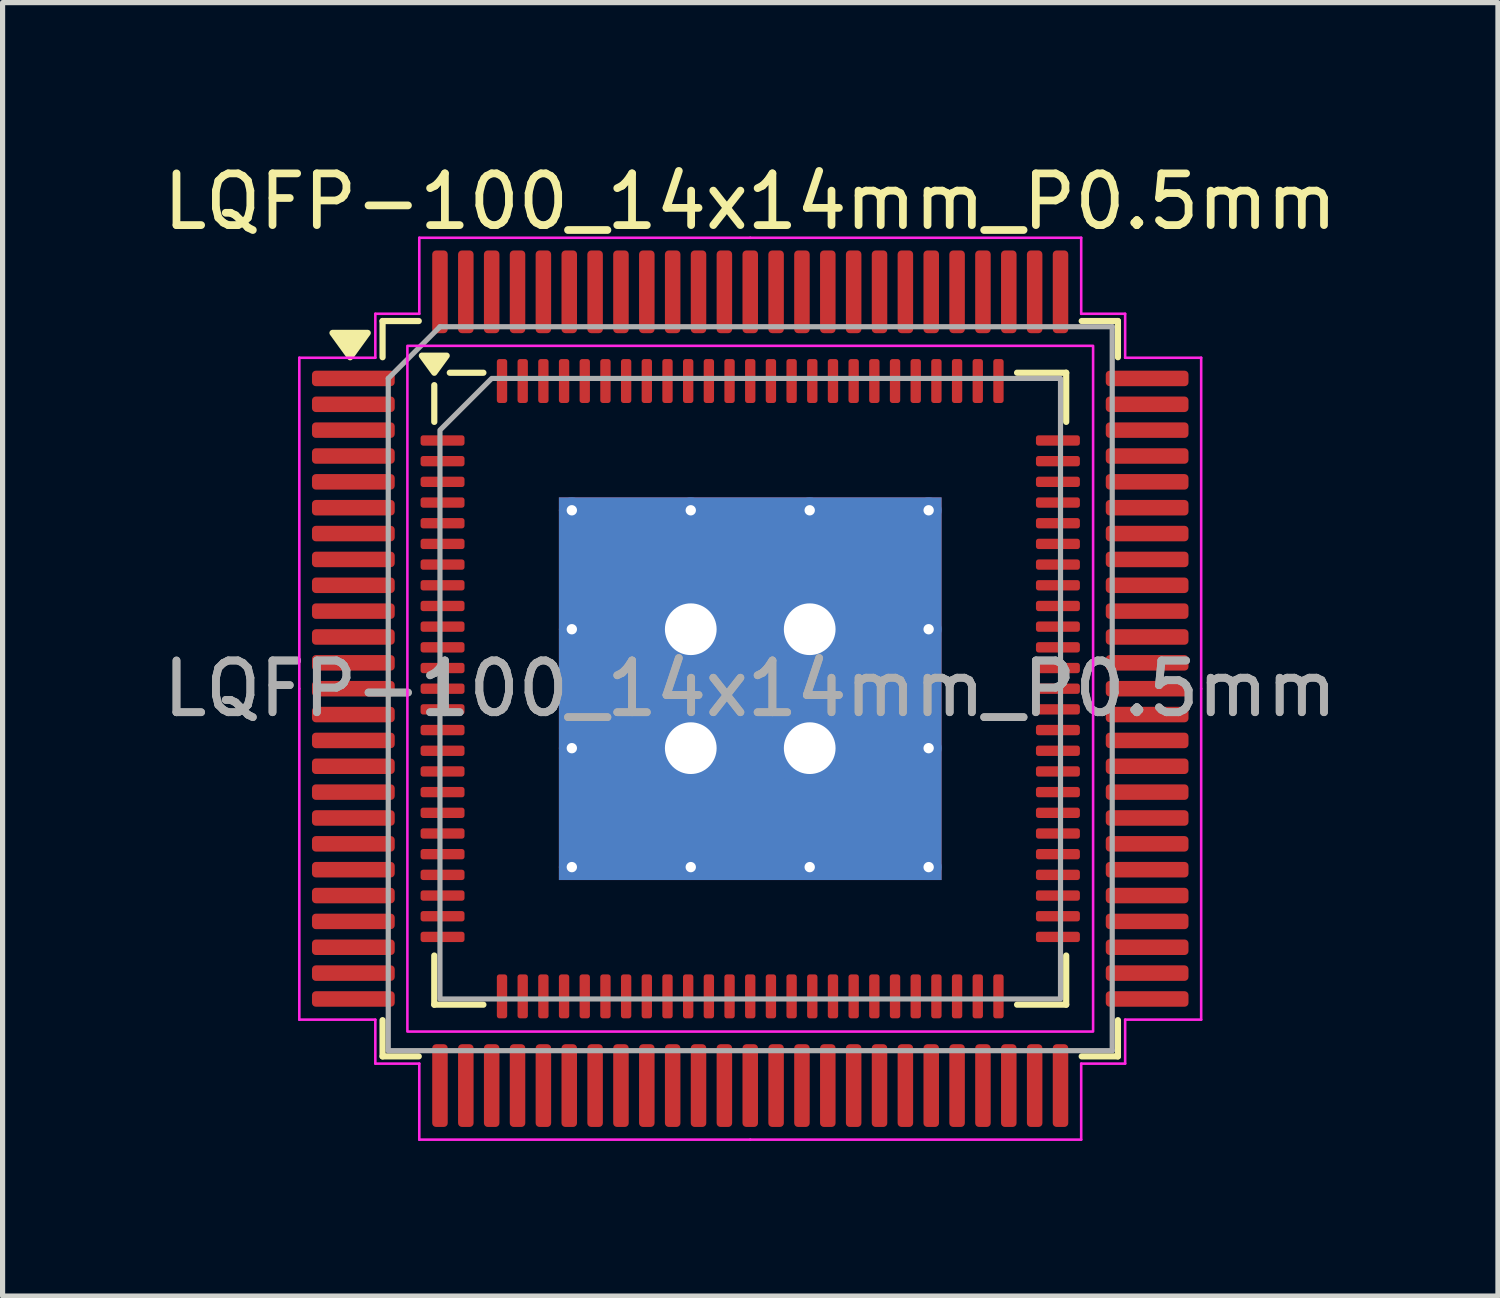
<source format=kicad_pcb>
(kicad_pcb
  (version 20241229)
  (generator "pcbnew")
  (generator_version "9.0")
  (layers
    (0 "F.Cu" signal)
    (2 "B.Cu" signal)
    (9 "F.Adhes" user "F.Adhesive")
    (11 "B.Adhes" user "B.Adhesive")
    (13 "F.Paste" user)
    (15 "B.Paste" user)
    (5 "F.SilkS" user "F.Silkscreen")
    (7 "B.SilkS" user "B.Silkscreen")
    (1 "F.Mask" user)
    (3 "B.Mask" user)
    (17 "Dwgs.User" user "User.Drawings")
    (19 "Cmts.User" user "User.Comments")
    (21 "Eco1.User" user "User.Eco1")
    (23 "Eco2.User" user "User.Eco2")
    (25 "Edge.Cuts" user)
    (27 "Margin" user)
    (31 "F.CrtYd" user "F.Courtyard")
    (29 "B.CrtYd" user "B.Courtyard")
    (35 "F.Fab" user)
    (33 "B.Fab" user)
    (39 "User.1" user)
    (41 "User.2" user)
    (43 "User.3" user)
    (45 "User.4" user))
  (footprint "LQFP-100_14x14mm_P0.5mm"
    (layer "F.Cu")
    (at 11.458 10.268)
    (property "Reference" "LQFP-100_14x14mm_P0.5mm" (at 0 -9.42 0) (layer "F.SilkS") (effects (font (size 1 1) (thickness 0.15))))
    (attr smd)
    (fp_line (start -7.11 -7.11) (end -7.11 -6.41) (stroke (width 0.12) (type solid)) (layer "F.SilkS"))
    (fp_line (start -7.11 7.11) (end -7.11 6.41) (stroke (width 0.12) (type solid)) (layer "F.SilkS"))
    (fp_line (start -6.41 -7.11) (end -7.11 -7.11) (stroke (width 0.12) (type solid)) (layer "F.SilkS"))
    (fp_line (start -6.41 7.11) (end -7.11 7.11) (stroke (width 0.12) (type solid)) (layer "F.SilkS"))
    (fp_line (start -6.11 -5.16) (end -6.11 -5.87) (stroke (width 0.12) (type solid)) (layer "F.SilkS"))
    (fp_line (start -6.11 6.11) (end -6.11 5.16) (stroke (width 0.12) (type solid)) (layer "F.SilkS"))
    (fp_line (start -5.16 -6.11) (end -5.81 -6.11) (stroke (width 0.12) (type solid)) (layer "F.SilkS"))
    (fp_line (start -5.16 6.11) (end -6.11 6.11) (stroke (width 0.12) (type solid)) (layer "F.SilkS"))
    (fp_line (start 5.16 -6.11) (end 6.11 -6.11) (stroke (width 0.12) (type solid)) (layer "F.SilkS"))
    (fp_line (start 5.16 6.11) (end 6.11 6.11) (stroke (width 0.12) (type solid)) (layer "F.SilkS"))
    (fp_line (start 6.11 -6.11) (end 6.11 -5.16) (stroke (width 0.12) (type solid)) (layer "F.SilkS"))
    (fp_line (start 6.11 6.11) (end 6.11 5.16) (stroke (width 0.12) (type solid)) (layer "F.SilkS"))
    (fp_line (start 6.41 -7.11) (end 7.11 -7.11) (stroke (width 0.12) (type solid)) (layer "F.SilkS"))
    (fp_line (start 6.41 7.11) (end 7.11 7.11) (stroke (width 0.12) (type solid)) (layer "F.SilkS"))
    (fp_line (start 7.11 -7.11) (end 7.11 -6.41) (stroke (width 0.12) (type solid)) (layer "F.SilkS"))
    (fp_line (start 7.11 7.11) (end 7.11 6.41) (stroke (width 0.12) (type solid)) (layer "F.SilkS"))
    (fp_poly (pts (xy -7.737 -6.41) (xy -8.078 -6.88) (xy -7.397 -6.88)) (stroke (width 0.12) (type solid)) (fill yes) (layer "F.SilkS"))
    (fp_poly (pts (xy -6.11 -6.11) (xy -6.35 -6.44) (xy -5.87 -6.44)) (stroke (width 0.12) (type solid)) (fill yes) (layer "F.SilkS"))
    (fp_line (start -8.72 -6.4) (end -8.72 0) (stroke (width 0.05) (type solid)) (layer "F.CrtYd"))
    (fp_line (start -8.72 6.4) (end -8.72 0) (stroke (width 0.05) (type solid)) (layer "F.CrtYd"))
    (fp_line (start -7.25 -7.25) (end -7.25 -6.4) (stroke (width 0.05) (type solid)) (layer "F.CrtYd"))
    (fp_line (start -7.25 -6.4) (end -8.72 -6.4) (stroke (width 0.05) (type solid)) (layer "F.CrtYd"))
    (fp_line (start -7.25 6.4) (end -8.72 6.4) (stroke (width 0.05) (type solid)) (layer "F.CrtYd"))
    (fp_line (start -7.25 7.25) (end -7.25 6.4) (stroke (width 0.05) (type solid)) (layer "F.CrtYd"))
    (fp_line (start -6.4 -8.72) (end -6.4 -7.25) (stroke (width 0.05) (type solid)) (layer "F.CrtYd"))
    (fp_line (start -6.4 -7.25) (end -7.25 -7.25) (stroke (width 0.05) (type solid)) (layer "F.CrtYd"))
    (fp_line (start -6.4 7.25) (end -7.25 7.25) (stroke (width 0.05) (type solid)) (layer "F.CrtYd"))
    (fp_line (start -6.4 8.72) (end -6.4 7.25) (stroke (width 0.05) (type solid)) (layer "F.CrtYd"))
    (fp_line (start 0 -8.72) (end -6.4 -8.72) (stroke (width 0.05) (type solid)) (layer "F.CrtYd"))
    (fp_line (start 0 -8.72) (end 6.4 -8.72) (stroke (width 0.05) (type solid)) (layer "F.CrtYd"))
    (fp_line (start 0 8.72) (end -6.4 8.72) (stroke (width 0.05) (type solid)) (layer "F.CrtYd"))
    (fp_line (start 0 8.72) (end 6.4 8.72) (stroke (width 0.05) (type solid)) (layer "F.CrtYd"))
    (fp_line (start 6.4 -8.72) (end 6.4 -7.25) (stroke (width 0.05) (type solid)) (layer "F.CrtYd"))
    (fp_line (start 6.4 -7.25) (end 7.25 -7.25) (stroke (width 0.05) (type solid)) (layer "F.CrtYd"))
    (fp_line (start 6.4 7.25) (end 7.25 7.25) (stroke (width 0.05) (type solid)) (layer "F.CrtYd"))
    (fp_line (start 6.4 8.72) (end 6.4 7.25) (stroke (width 0.05) (type solid)) (layer "F.CrtYd"))
    (fp_line (start 7.25 -7.25) (end 7.25 -6.4) (stroke (width 0.05) (type solid)) (layer "F.CrtYd"))
    (fp_line (start 7.25 -6.4) (end 8.72 -6.4) (stroke (width 0.05) (type solid)) (layer "F.CrtYd"))
    (fp_line (start 7.25 6.4) (end 8.72 6.4) (stroke (width 0.05) (type solid)) (layer "F.CrtYd"))
    (fp_line (start 7.25 7.25) (end 7.25 6.4) (stroke (width 0.05) (type solid)) (layer "F.CrtYd"))
    (fp_line (start 8.72 -6.4) (end 8.72 0) (stroke (width 0.05) (type solid)) (layer "F.CrtYd"))
    (fp_line (start 8.72 6.4) (end 8.72 0) (stroke (width 0.05) (type solid)) (layer "F.CrtYd"))
    (fp_rect (start -6.63 -6.63) (end 6.63 6.63) (stroke (width 0.05) (type solid)) (fill no) (layer "F.CrtYd"))
    (fp_line (start -7 -6) (end -6 -7) (stroke (width 0.1) (type solid)) (layer "F.Fab"))
    (fp_line (start -7 7) (end -7 -6) (stroke (width 0.1) (type solid)) (layer "F.Fab"))
    (fp_line (start -6 -7) (end 7 -7) (stroke (width 0.1) (type solid)) (layer "F.Fab"))
    (fp_line (start 7 -7) (end 7 7) (stroke (width 0.1) (type solid)) (layer "F.Fab"))
    (fp_line (start 7 7) (end -7 7) (stroke (width 0.1) (type solid)) (layer "F.Fab"))
    (fp_poly (pts (xy -6 -5) (xy -6 6) (xy 6 6) (xy 6 -6) (xy -5 -6)) (stroke (width 0.1) (type solid)) (fill no) (layer "F.Fab"))
    (fp_text user "${REFERENCE}" (at 0 0 0) (layer "F.Fab") (effects (font (size 1 1) (thickness 0.15))))
    (fp_text user "${REFERENCE}" (at 0 0 0) (layer "F.Fab") (effects (font (size 1 1) (thickness 0.15))))
    (pad "" smd roundrect (at -2.47 -2.47) (size 1.91 1.91) (layers "F.Paste") (roundrect_rratio 0.131))
    (pad "" smd roundrect (at -2.47 0) (size 1.91 1.91) (layers "F.Paste") (roundrect_rratio 0.131))
    (pad "" smd roundrect (at -2.47 2.47) (size 1.91 1.91) (layers "F.Paste") (roundrect_rratio 0.131))
    (pad "" smd roundrect (at 0 -2.47) (size 1.91 1.91) (layers "F.Paste") (roundrect_rratio 0.131))
    (pad "" smd roundrect (at 0 0) (size 1.91 1.91) (layers "F.Paste") (roundrect_rratio 0.131))
    (pad "" smd roundrect (at 0 2.47) (size 1.91 1.91) (layers "F.Paste") (roundrect_rratio 0.131))
    (pad "" smd roundrect (at 2.47 -2.47) (size 1.91 1.91) (layers "F.Paste") (roundrect_rratio 0.131))
    (pad "" smd roundrect (at 2.47 0) (size 1.91 1.91) (layers "F.Paste") (roundrect_rratio 0.131))
    (pad "" smd roundrect (at 2.47 2.47) (size 1.91 1.91) (layers "F.Paste") (roundrect_rratio 0.131))
    (pad "1" smd roundrect (at -7.675 -6) (size 1.6 0.3) (layers "F.Cu" "F.Mask" "F.Paste") (roundrect_rratio 0.25))
    (pad "1" smd roundrect (at -5.95 -4.8) (size 0.85 0.2) (layers "F.Cu" "F.Mask" "F.Paste") (roundrect_rratio 0.25))
    (pad "2" smd roundrect (at -7.675 -5.5) (size 1.6 0.3) (layers "F.Cu" "F.Mask" "F.Paste") (roundrect_rratio 0.25))
    (pad "2" smd roundrect (at -5.95 -4.4) (size 0.85 0.2) (layers "F.Cu" "F.Mask" "F.Paste") (roundrect_rratio 0.25))
    (pad "3" smd roundrect (at -7.675 -5) (size 1.6 0.3) (layers "F.Cu" "F.Mask" "F.Paste") (roundrect_rratio 0.25))
    (pad "3" smd roundrect (at -5.95 -4) (size 0.85 0.2) (layers "F.Cu" "F.Mask" "F.Paste") (roundrect_rratio 0.25))
    (pad "4" smd roundrect (at -7.675 -4.5) (size 1.6 0.3) (layers "F.Cu" "F.Mask" "F.Paste") (roundrect_rratio 0.25))
    (pad "4" smd roundrect (at -5.95 -3.6) (size 0.85 0.2) (layers "F.Cu" "F.Mask" "F.Paste") (roundrect_rratio 0.25))
    (pad "5" smd roundrect (at -7.675 -4) (size 1.6 0.3) (layers "F.Cu" "F.Mask" "F.Paste") (roundrect_rratio 0.25))
    (pad "5" smd roundrect (at -5.95 -3.2) (size 0.85 0.2) (layers "F.Cu" "F.Mask" "F.Paste") (roundrect_rratio 0.25))
    (pad "6" smd roundrect (at -7.675 -3.5) (size 1.6 0.3) (layers "F.Cu" "F.Mask" "F.Paste") (roundrect_rratio 0.25))
    (pad "6" smd roundrect (at -5.95 -2.8) (size 0.85 0.2) (layers "F.Cu" "F.Mask" "F.Paste") (roundrect_rratio 0.25))
    (pad "7" smd roundrect (at -7.675 -3) (size 1.6 0.3) (layers "F.Cu" "F.Mask" "F.Paste") (roundrect_rratio 0.25))
    (pad "7" smd roundrect (at -5.95 -2.4) (size 0.85 0.2) (layers "F.Cu" "F.Mask" "F.Paste") (roundrect_rratio 0.25))
    (pad "8" smd roundrect (at -7.675 -2.5) (size 1.6 0.3) (layers "F.Cu" "F.Mask" "F.Paste") (roundrect_rratio 0.25))
    (pad "8" smd roundrect (at -5.95 -2) (size 0.85 0.2) (layers "F.Cu" "F.Mask" "F.Paste") (roundrect_rratio 0.25))
    (pad "9" smd roundrect (at -7.675 -2) (size 1.6 0.3) (layers "F.Cu" "F.Mask" "F.Paste") (roundrect_rratio 0.25))
    (pad "9" smd roundrect (at -5.95 -1.6) (size 0.85 0.2) (layers "F.Cu" "F.Mask" "F.Paste") (roundrect_rratio 0.25))
    (pad "10" smd roundrect (at -7.675 -1.5) (size 1.6 0.3) (layers "F.Cu" "F.Mask" "F.Paste") (roundrect_rratio 0.25))
    (pad "10" smd roundrect (at -5.95 -1.2) (size 0.85 0.2) (layers "F.Cu" "F.Mask" "F.Paste") (roundrect_rratio 0.25))
    (pad "11" smd roundrect (at -7.675 -1) (size 1.6 0.3) (layers "F.Cu" "F.Mask" "F.Paste") (roundrect_rratio 0.25))
    (pad "11" smd roundrect (at -5.95 -0.8) (size 0.85 0.2) (layers "F.Cu" "F.Mask" "F.Paste") (roundrect_rratio 0.25))
    (pad "12" smd roundrect (at -7.675 -0.5) (size 1.6 0.3) (layers "F.Cu" "F.Mask" "F.Paste") (roundrect_rratio 0.25))
    (pad "12" smd roundrect (at -5.95 -0.4) (size 0.85 0.2) (layers "F.Cu" "F.Mask" "F.Paste") (roundrect_rratio 0.25))
    (pad "13" smd roundrect (at -7.675 0) (size 1.6 0.3) (layers "F.Cu" "F.Mask" "F.Paste") (roundrect_rratio 0.25))
    (pad "13" smd roundrect (at -5.95 0) (size 0.85 0.2) (layers "F.Cu" "F.Mask" "F.Paste") (roundrect_rratio 0.25))
    (pad "14" smd roundrect (at -7.675 0.5) (size 1.6 0.3) (layers "F.Cu" "F.Mask" "F.Paste") (roundrect_rratio 0.25))
    (pad "14" smd roundrect (at -5.95 0.4) (size 0.85 0.2) (layers "F.Cu" "F.Mask" "F.Paste") (roundrect_rratio 0.25))
    (pad "15" smd roundrect (at -7.675 1) (size 1.6 0.3) (layers "F.Cu" "F.Mask" "F.Paste") (roundrect_rratio 0.25))
    (pad "15" smd roundrect (at -5.95 0.8) (size 0.85 0.2) (layers "F.Cu" "F.Mask" "F.Paste") (roundrect_rratio 0.25))
    (pad "16" smd roundrect (at -7.675 1.5) (size 1.6 0.3) (layers "F.Cu" "F.Mask" "F.Paste") (roundrect_rratio 0.25))
    (pad "16" smd roundrect (at -5.95 1.2) (size 0.85 0.2) (layers "F.Cu" "F.Mask" "F.Paste") (roundrect_rratio 0.25))
    (pad "17" smd roundrect (at -7.675 2) (size 1.6 0.3) (layers "F.Cu" "F.Mask" "F.Paste") (roundrect_rratio 0.25))
    (pad "17" smd roundrect (at -5.95 1.6) (size 0.85 0.2) (layers "F.Cu" "F.Mask" "F.Paste") (roundrect_rratio 0.25))
    (pad "18" smd roundrect (at -7.675 2.5) (size 1.6 0.3) (layers "F.Cu" "F.Mask" "F.Paste") (roundrect_rratio 0.25))
    (pad "18" smd roundrect (at -5.95 2) (size 0.85 0.2) (layers "F.Cu" "F.Mask" "F.Paste") (roundrect_rratio 0.25))
    (pad "19" smd roundrect (at -7.675 3) (size 1.6 0.3) (layers "F.Cu" "F.Mask" "F.Paste") (roundrect_rratio 0.25))
    (pad "19" smd roundrect (at -5.95 2.4) (size 0.85 0.2) (layers "F.Cu" "F.Mask" "F.Paste") (roundrect_rratio 0.25))
    (pad "20" smd roundrect (at -7.675 3.5) (size 1.6 0.3) (layers "F.Cu" "F.Mask" "F.Paste") (roundrect_rratio 0.25))
    (pad "20" smd roundrect (at -5.95 2.8) (size 0.85 0.2) (layers "F.Cu" "F.Mask" "F.Paste") (roundrect_rratio 0.25))
    (pad "21" smd roundrect (at -7.675 4) (size 1.6 0.3) (layers "F.Cu" "F.Mask" "F.Paste") (roundrect_rratio 0.25))
    (pad "21" smd roundrect (at -5.95 3.2) (size 0.85 0.2) (layers "F.Cu" "F.Mask" "F.Paste") (roundrect_rratio 0.25))
    (pad "22" smd roundrect (at -7.675 4.5) (size 1.6 0.3) (layers "F.Cu" "F.Mask" "F.Paste") (roundrect_rratio 0.25))
    (pad "22" smd roundrect (at -5.95 3.6) (size 0.85 0.2) (layers "F.Cu" "F.Mask" "F.Paste") (roundrect_rratio 0.25))
    (pad "23" smd roundrect (at -7.675 5) (size 1.6 0.3) (layers "F.Cu" "F.Mask" "F.Paste") (roundrect_rratio 0.25))
    (pad "23" smd roundrect (at -5.95 4) (size 0.85 0.2) (layers "F.Cu" "F.Mask" "F.Paste") (roundrect_rratio 0.25))
    (pad "24" smd roundrect (at -7.675 5.5) (size 1.6 0.3) (layers "F.Cu" "F.Mask" "F.Paste") (roundrect_rratio 0.25))
    (pad "24" smd roundrect (at -5.95 4.4) (size 0.85 0.2) (layers "F.Cu" "F.Mask" "F.Paste") (roundrect_rratio 0.25))
    (pad "25" smd roundrect (at -7.675 6) (size 1.6 0.3) (layers "F.Cu" "F.Mask" "F.Paste") (roundrect_rratio 0.25))
    (pad "25" smd roundrect (at -5.95 4.8) (size 0.85 0.2) (layers "F.Cu" "F.Mask" "F.Paste") (roundrect_rratio 0.25))
    (pad "26" smd roundrect (at -6 7.675) (size 0.3 1.6) (layers "F.Cu" "F.Mask" "F.Paste") (roundrect_rratio 0.25))
    (pad "26" smd roundrect (at -4.8 5.95) (size 0.2 0.85) (layers "F.Cu" "F.Mask" "F.Paste") (roundrect_rratio 0.25))
    (pad "27" smd roundrect (at -5.5 7.675) (size 0.3 1.6) (layers "F.Cu" "F.Mask" "F.Paste") (roundrect_rratio 0.25))
    (pad "27" smd roundrect (at -4.4 5.95) (size 0.2 0.85) (layers "F.Cu" "F.Mask" "F.Paste") (roundrect_rratio 0.25))
    (pad "28" smd roundrect (at -5 7.675) (size 0.3 1.6) (layers "F.Cu" "F.Mask" "F.Paste") (roundrect_rratio 0.25))
    (pad "28" smd roundrect (at -4 5.95) (size 0.2 0.85) (layers "F.Cu" "F.Mask" "F.Paste") (roundrect_rratio 0.25))
    (pad "29" smd roundrect (at -4.5 7.675) (size 0.3 1.6) (layers "F.Cu" "F.Mask" "F.Paste") (roundrect_rratio 0.25))
    (pad "29" smd roundrect (at -3.6 5.95) (size 0.2 0.85) (layers "F.Cu" "F.Mask" "F.Paste") (roundrect_rratio 0.25))
    (pad "30" smd roundrect (at -4 7.675) (size 0.3 1.6) (layers "F.Cu" "F.Mask" "F.Paste") (roundrect_rratio 0.25))
    (pad "30" smd roundrect (at -3.2 5.95) (size 0.2 0.85) (layers "F.Cu" "F.Mask" "F.Paste") (roundrect_rratio 0.25))
    (pad "31" smd roundrect (at -3.5 7.675) (size 0.3 1.6) (layers "F.Cu" "F.Mask" "F.Paste") (roundrect_rratio 0.25))
    (pad "31" smd roundrect (at -2.8 5.95) (size 0.2 0.85) (layers "F.Cu" "F.Mask" "F.Paste") (roundrect_rratio 0.25))
    (pad "32" smd roundrect (at -3 7.675) (size 0.3 1.6) (layers "F.Cu" "F.Mask" "F.Paste") (roundrect_rratio 0.25))
    (pad "32" smd roundrect (at -2.4 5.95) (size 0.2 0.85) (layers "F.Cu" "F.Mask" "F.Paste") (roundrect_rratio 0.25))
    (pad "33" smd roundrect (at -2.5 7.675) (size 0.3 1.6) (layers "F.Cu" "F.Mask" "F.Paste") (roundrect_rratio 0.25))
    (pad "33" smd roundrect (at -2 5.95) (size 0.2 0.85) (layers "F.Cu" "F.Mask" "F.Paste") (roundrect_rratio 0.25))
    (pad "34" smd roundrect (at -2 7.675) (size 0.3 1.6) (layers "F.Cu" "F.Mask" "F.Paste") (roundrect_rratio 0.25))
    (pad "34" smd roundrect (at -1.6 5.95) (size 0.2 0.85) (layers "F.Cu" "F.Mask" "F.Paste") (roundrect_rratio 0.25))
    (pad "35" smd roundrect (at -1.5 7.675) (size 0.3 1.6) (layers "F.Cu" "F.Mask" "F.Paste") (roundrect_rratio 0.25))
    (pad "35" smd roundrect (at -1.2 5.95) (size 0.2 0.85) (layers "F.Cu" "F.Mask" "F.Paste") (roundrect_rratio 0.25))
    (pad "36" smd roundrect (at -1 7.675) (size 0.3 1.6) (layers "F.Cu" "F.Mask" "F.Paste") (roundrect_rratio 0.25))
    (pad "36" smd roundrect (at -0.8 5.95) (size 0.2 0.85) (layers "F.Cu" "F.Mask" "F.Paste") (roundrect_rratio 0.25))
    (pad "37" smd roundrect (at -0.5 7.675) (size 0.3 1.6) (layers "F.Cu" "F.Mask" "F.Paste") (roundrect_rratio 0.25))
    (pad "37" smd roundrect (at -0.4 5.95) (size 0.2 0.85) (layers "F.Cu" "F.Mask" "F.Paste") (roundrect_rratio 0.25))
    (pad "38" smd roundrect (at 0 5.95) (size 0.2 0.85) (layers "F.Cu" "F.Mask" "F.Paste") (roundrect_rratio 0.25))
    (pad "38" smd roundrect (at 0 7.675) (size 0.3 1.6) (layers "F.Cu" "F.Mask" "F.Paste") (roundrect_rratio 0.25))
    (pad "39" smd roundrect (at 0.4 5.95) (size 0.2 0.85) (layers "F.Cu" "F.Mask" "F.Paste") (roundrect_rratio 0.25))
    (pad "39" smd roundrect (at 0.5 7.675) (size 0.3 1.6) (layers "F.Cu" "F.Mask" "F.Paste") (roundrect_rratio 0.25))
    (pad "40" smd roundrect (at 0.8 5.95) (size 0.2 0.85) (layers "F.Cu" "F.Mask" "F.Paste") (roundrect_rratio 0.25))
    (pad "40" smd roundrect (at 1 7.675) (size 0.3 1.6) (layers "F.Cu" "F.Mask" "F.Paste") (roundrect_rratio 0.25))
    (pad "41" smd roundrect (at 1.2 5.95) (size 0.2 0.85) (layers "F.Cu" "F.Mask" "F.Paste") (roundrect_rratio 0.25))
    (pad "41" smd roundrect (at 1.5 7.675) (size 0.3 1.6) (layers "F.Cu" "F.Mask" "F.Paste") (roundrect_rratio 0.25))
    (pad "42" smd roundrect (at 1.6 5.95) (size 0.2 0.85) (layers "F.Cu" "F.Mask" "F.Paste") (roundrect_rratio 0.25))
    (pad "42" smd roundrect (at 2 7.675) (size 0.3 1.6) (layers "F.Cu" "F.Mask" "F.Paste") (roundrect_rratio 0.25))
    (pad "43" smd roundrect (at 2 5.95) (size 0.2 0.85) (layers "F.Cu" "F.Mask" "F.Paste") (roundrect_rratio 0.25))
    (pad "43" smd roundrect (at 2.5 7.675) (size 0.3 1.6) (layers "F.Cu" "F.Mask" "F.Paste") (roundrect_rratio 0.25))
    (pad "44" smd roundrect (at 2.4 5.95) (size 0.2 0.85) (layers "F.Cu" "F.Mask" "F.Paste") (roundrect_rratio 0.25))
    (pad "44" smd roundrect (at 3 7.675) (size 0.3 1.6) (layers "F.Cu" "F.Mask" "F.Paste") (roundrect_rratio 0.25))
    (pad "45" smd roundrect (at 2.8 5.95) (size 0.2 0.85) (layers "F.Cu" "F.Mask" "F.Paste") (roundrect_rratio 0.25))
    (pad "45" smd roundrect (at 3.5 7.675) (size 0.3 1.6) (layers "F.Cu" "F.Mask" "F.Paste") (roundrect_rratio 0.25))
    (pad "46" smd roundrect (at 3.2 5.95) (size 0.2 0.85) (layers "F.Cu" "F.Mask" "F.Paste") (roundrect_rratio 0.25))
    (pad "46" smd roundrect (at 4 7.675) (size 0.3 1.6) (layers "F.Cu" "F.Mask" "F.Paste") (roundrect_rratio 0.25))
    (pad "47" smd roundrect (at 3.6 5.95) (size 0.2 0.85) (layers "F.Cu" "F.Mask" "F.Paste") (roundrect_rratio 0.25))
    (pad "47" smd roundrect (at 4.5 7.675) (size 0.3 1.6) (layers "F.Cu" "F.Mask" "F.Paste") (roundrect_rratio 0.25))
    (pad "48" smd roundrect (at 4 5.95) (size 0.2 0.85) (layers "F.Cu" "F.Mask" "F.Paste") (roundrect_rratio 0.25))
    (pad "48" smd roundrect (at 5 7.675) (size 0.3 1.6) (layers "F.Cu" "F.Mask" "F.Paste") (roundrect_rratio 0.25))
    (pad "49" smd roundrect (at 4.4 5.95) (size 0.2 0.85) (layers "F.Cu" "F.Mask" "F.Paste") (roundrect_rratio 0.25))
    (pad "49" smd roundrect (at 5.5 7.675) (size 0.3 1.6) (layers "F.Cu" "F.Mask" "F.Paste") (roundrect_rratio 0.25))
    (pad "50" smd roundrect (at 4.8 5.95) (size 0.2 0.85) (layers "F.Cu" "F.Mask" "F.Paste") (roundrect_rratio 0.25))
    (pad "50" smd roundrect (at 6 7.675) (size 0.3 1.6) (layers "F.Cu" "F.Mask" "F.Paste") (roundrect_rratio 0.25))
    (pad "51" smd roundrect (at 5.95 4.8) (size 0.85 0.2) (layers "F.Cu" "F.Mask" "F.Paste") (roundrect_rratio 0.25))
    (pad "51" smd roundrect (at 7.675 6) (size 1.6 0.3) (layers "F.Cu" "F.Mask" "F.Paste") (roundrect_rratio 0.25))
    (pad "52" smd roundrect (at 5.95 4.4) (size 0.85 0.2) (layers "F.Cu" "F.Mask" "F.Paste") (roundrect_rratio 0.25))
    (pad "52" smd roundrect (at 7.675 5.5) (size 1.6 0.3) (layers "F.Cu" "F.Mask" "F.Paste") (roundrect_rratio 0.25))
    (pad "53" smd roundrect (at 5.95 4) (size 0.85 0.2) (layers "F.Cu" "F.Mask" "F.Paste") (roundrect_rratio 0.25))
    (pad "53" smd roundrect (at 7.675 5) (size 1.6 0.3) (layers "F.Cu" "F.Mask" "F.Paste") (roundrect_rratio 0.25))
    (pad "54" smd roundrect (at 5.95 3.6) (size 0.85 0.2) (layers "F.Cu" "F.Mask" "F.Paste") (roundrect_rratio 0.25))
    (pad "54" smd roundrect (at 7.675 4.5) (size 1.6 0.3) (layers "F.Cu" "F.Mask" "F.Paste") (roundrect_rratio 0.25))
    (pad "55" smd roundrect (at 5.95 3.2) (size 0.85 0.2) (layers "F.Cu" "F.Mask" "F.Paste") (roundrect_rratio 0.25))
    (pad "55" smd roundrect (at 7.675 4) (size 1.6 0.3) (layers "F.Cu" "F.Mask" "F.Paste") (roundrect_rratio 0.25))
    (pad "56" smd roundrect (at 5.95 2.8) (size 0.85 0.2) (layers "F.Cu" "F.Mask" "F.Paste") (roundrect_rratio 0.25))
    (pad "56" smd roundrect (at 7.675 3.5) (size 1.6 0.3) (layers "F.Cu" "F.Mask" "F.Paste") (roundrect_rratio 0.25))
    (pad "57" smd roundrect (at 5.95 2.4) (size 0.85 0.2) (layers "F.Cu" "F.Mask" "F.Paste") (roundrect_rratio 0.25))
    (pad "57" smd roundrect (at 7.675 3) (size 1.6 0.3) (layers "F.Cu" "F.Mask" "F.Paste") (roundrect_rratio 0.25))
    (pad "58" smd roundrect (at 5.95 2) (size 0.85 0.2) (layers "F.Cu" "F.Mask" "F.Paste") (roundrect_rratio 0.25))
    (pad "58" smd roundrect (at 7.675 2.5) (size 1.6 0.3) (layers "F.Cu" "F.Mask" "F.Paste") (roundrect_rratio 0.25))
    (pad "59" smd roundrect (at 5.95 1.6) (size 0.85 0.2) (layers "F.Cu" "F.Mask" "F.Paste") (roundrect_rratio 0.25))
    (pad "59" smd roundrect (at 7.675 2) (size 1.6 0.3) (layers "F.Cu" "F.Mask" "F.Paste") (roundrect_rratio 0.25))
    (pad "60" smd roundrect (at 5.95 1.2) (size 0.85 0.2) (layers "F.Cu" "F.Mask" "F.Paste") (roundrect_rratio 0.25))
    (pad "60" smd roundrect (at 7.675 1.5) (size 1.6 0.3) (layers "F.Cu" "F.Mask" "F.Paste") (roundrect_rratio 0.25))
    (pad "61" smd roundrect (at 5.95 0.8) (size 0.85 0.2) (layers "F.Cu" "F.Mask" "F.Paste") (roundrect_rratio 0.25))
    (pad "61" smd roundrect (at 7.675 1) (size 1.6 0.3) (layers "F.Cu" "F.Mask" "F.Paste") (roundrect_rratio 0.25))
    (pad "62" smd roundrect (at 5.95 0.4) (size 0.85 0.2) (layers "F.Cu" "F.Mask" "F.Paste") (roundrect_rratio 0.25))
    (pad "62" smd roundrect (at 7.675 0.5) (size 1.6 0.3) (layers "F.Cu" "F.Mask" "F.Paste") (roundrect_rratio 0.25))
    (pad "63" smd roundrect (at 5.95 0) (size 0.85 0.2) (layers "F.Cu" "F.Mask" "F.Paste") (roundrect_rratio 0.25))
    (pad "63" smd roundrect (at 7.675 0) (size 1.6 0.3) (layers "F.Cu" "F.Mask" "F.Paste") (roundrect_rratio 0.25))
    (pad "64" smd roundrect (at 5.95 -0.4) (size 0.85 0.2) (layers "F.Cu" "F.Mask" "F.Paste") (roundrect_rratio 0.25))
    (pad "64" smd roundrect (at 7.675 -0.5) (size 1.6 0.3) (layers "F.Cu" "F.Mask" "F.Paste") (roundrect_rratio 0.25))
    (pad "65" smd roundrect (at 5.95 -0.8) (size 0.85 0.2) (layers "F.Cu" "F.Mask" "F.Paste") (roundrect_rratio 0.25))
    (pad "65" smd roundrect (at 7.675 -1) (size 1.6 0.3) (layers "F.Cu" "F.Mask" "F.Paste") (roundrect_rratio 0.25))
    (pad "66" smd roundrect (at 5.95 -1.2) (size 0.85 0.2) (layers "F.Cu" "F.Mask" "F.Paste") (roundrect_rratio 0.25))
    (pad "66" smd roundrect (at 7.675 -1.5) (size 1.6 0.3) (layers "F.Cu" "F.Mask" "F.Paste") (roundrect_rratio 0.25))
    (pad "67" smd roundrect (at 5.95 -1.6) (size 0.85 0.2) (layers "F.Cu" "F.Mask" "F.Paste") (roundrect_rratio 0.25))
    (pad "67" smd roundrect (at 7.675 -2) (size 1.6 0.3) (layers "F.Cu" "F.Mask" "F.Paste") (roundrect_rratio 0.25))
    (pad "68" smd roundrect (at 5.95 -2) (size 0.85 0.2) (layers "F.Cu" "F.Mask" "F.Paste") (roundrect_rratio 0.25))
    (pad "68" smd roundrect (at 7.675 -2.5) (size 1.6 0.3) (layers "F.Cu" "F.Mask" "F.Paste") (roundrect_rratio 0.25))
    (pad "69" smd roundrect (at 5.95 -2.4) (size 0.85 0.2) (layers "F.Cu" "F.Mask" "F.Paste") (roundrect_rratio 0.25))
    (pad "69" smd roundrect (at 7.675 -3) (size 1.6 0.3) (layers "F.Cu" "F.Mask" "F.Paste") (roundrect_rratio 0.25))
    (pad "70" smd roundrect (at 5.95 -2.8) (size 0.85 0.2) (layers "F.Cu" "F.Mask" "F.Paste") (roundrect_rratio 0.25))
    (pad "70" smd roundrect (at 7.675 -3.5) (size 1.6 0.3) (layers "F.Cu" "F.Mask" "F.Paste") (roundrect_rratio 0.25))
    (pad "71" smd roundrect (at 5.95 -3.2) (size 0.85 0.2) (layers "F.Cu" "F.Mask" "F.Paste") (roundrect_rratio 0.25))
    (pad "71" smd roundrect (at 7.675 -4) (size 1.6 0.3) (layers "F.Cu" "F.Mask" "F.Paste") (roundrect_rratio 0.25))
    (pad "72" smd roundrect (at 5.95 -3.6) (size 0.85 0.2) (layers "F.Cu" "F.Mask" "F.Paste") (roundrect_rratio 0.25))
    (pad "72" smd roundrect (at 7.675 -4.5) (size 1.6 0.3) (layers "F.Cu" "F.Mask" "F.Paste") (roundrect_rratio 0.25))
    (pad "73" smd roundrect (at 5.95 -4) (size 0.85 0.2) (layers "F.Cu" "F.Mask" "F.Paste") (roundrect_rratio 0.25))
    (pad "73" smd roundrect (at 7.675 -5) (size 1.6 0.3) (layers "F.Cu" "F.Mask" "F.Paste") (roundrect_rratio 0.25))
    (pad "74" smd roundrect (at 5.95 -4.4) (size 0.85 0.2) (layers "F.Cu" "F.Mask" "F.Paste") (roundrect_rratio 0.25))
    (pad "74" smd roundrect (at 7.675 -5.5) (size 1.6 0.3) (layers "F.Cu" "F.Mask" "F.Paste") (roundrect_rratio 0.25))
    (pad "75" smd roundrect (at 5.95 -4.8) (size 0.85 0.2) (layers "F.Cu" "F.Mask" "F.Paste") (roundrect_rratio 0.25))
    (pad "75" smd roundrect (at 7.675 -6) (size 1.6 0.3) (layers "F.Cu" "F.Mask" "F.Paste") (roundrect_rratio 0.25))
    (pad "76" smd roundrect (at 4.8 -5.95) (size 0.2 0.85) (layers "F.Cu" "F.Mask" "F.Paste") (roundrect_rratio 0.25))
    (pad "76" smd roundrect (at 6 -7.675) (size 0.3 1.6) (layers "F.Cu" "F.Mask" "F.Paste") (roundrect_rratio 0.25))
    (pad "77" smd roundrect (at 4.4 -5.95) (size 0.2 0.85) (layers "F.Cu" "F.Mask" "F.Paste") (roundrect_rratio 0.25))
    (pad "77" smd roundrect (at 5.5 -7.675) (size 0.3 1.6) (layers "F.Cu" "F.Mask" "F.Paste") (roundrect_rratio 0.25))
    (pad "78" smd roundrect (at 4 -5.95) (size 0.2 0.85) (layers "F.Cu" "F.Mask" "F.Paste") (roundrect_rratio 0.25))
    (pad "78" smd roundrect (at 5 -7.675) (size 0.3 1.6) (layers "F.Cu" "F.Mask" "F.Paste") (roundrect_rratio 0.25))
    (pad "79" smd roundrect (at 3.6 -5.95) (size 0.2 0.85) (layers "F.Cu" "F.Mask" "F.Paste") (roundrect_rratio 0.25))
    (pad "79" smd roundrect (at 4.5 -7.675) (size 0.3 1.6) (layers "F.Cu" "F.Mask" "F.Paste") (roundrect_rratio 0.25))
    (pad "80" smd roundrect (at 3.2 -5.95) (size 0.2 0.85) (layers "F.Cu" "F.Mask" "F.Paste") (roundrect_rratio 0.25))
    (pad "80" smd roundrect (at 4 -7.675) (size 0.3 1.6) (layers "F.Cu" "F.Mask" "F.Paste") (roundrect_rratio 0.25))
    (pad "81" smd roundrect (at 2.8 -5.95) (size 0.2 0.85) (layers "F.Cu" "F.Mask" "F.Paste") (roundrect_rratio 0.25))
    (pad "81" smd roundrect (at 3.5 -7.675) (size 0.3 1.6) (layers "F.Cu" "F.Mask" "F.Paste") (roundrect_rratio 0.25))
    (pad "82" smd roundrect (at 2.4 -5.95) (size 0.2 0.85) (layers "F.Cu" "F.Mask" "F.Paste") (roundrect_rratio 0.25))
    (pad "82" smd roundrect (at 3 -7.675) (size 0.3 1.6) (layers "F.Cu" "F.Mask" "F.Paste") (roundrect_rratio 0.25))
    (pad "83" smd roundrect (at 2 -5.95) (size 0.2 0.85) (layers "F.Cu" "F.Mask" "F.Paste") (roundrect_rratio 0.25))
    (pad "83" smd roundrect (at 2.5 -7.675) (size 0.3 1.6) (layers "F.Cu" "F.Mask" "F.Paste") (roundrect_rratio 0.25))
    (pad "84" smd roundrect (at 1.6 -5.95) (size 0.2 0.85) (layers "F.Cu" "F.Mask" "F.Paste") (roundrect_rratio 0.25))
    (pad "84" smd roundrect (at 2 -7.675) (size 0.3 1.6) (layers "F.Cu" "F.Mask" "F.Paste") (roundrect_rratio 0.25))
    (pad "85" smd roundrect (at 1.2 -5.95) (size 0.2 0.85) (layers "F.Cu" "F.Mask" "F.Paste") (roundrect_rratio 0.25))
    (pad "85" smd roundrect (at 1.5 -7.675) (size 0.3 1.6) (layers "F.Cu" "F.Mask" "F.Paste") (roundrect_rratio 0.25))
    (pad "86" smd roundrect (at 0.8 -5.95) (size 0.2 0.85) (layers "F.Cu" "F.Mask" "F.Paste") (roundrect_rratio 0.25))
    (pad "86" smd roundrect (at 1 -7.675) (size 0.3 1.6) (layers "F.Cu" "F.Mask" "F.Paste") (roundrect_rratio 0.25))
    (pad "87" smd roundrect (at 0.4 -5.95) (size 0.2 0.85) (layers "F.Cu" "F.Mask" "F.Paste") (roundrect_rratio 0.25))
    (pad "87" smd roundrect (at 0.5 -7.675) (size 0.3 1.6) (layers "F.Cu" "F.Mask" "F.Paste") (roundrect_rratio 0.25))
    (pad "88" smd roundrect (at 0 -7.675) (size 0.3 1.6) (layers "F.Cu" "F.Mask" "F.Paste") (roundrect_rratio 0.25))
    (pad "88" smd roundrect (at 0 -5.95) (size 0.2 0.85) (layers "F.Cu" "F.Mask" "F.Paste") (roundrect_rratio 0.25))
    (pad "89" smd roundrect (at -0.5 -7.675) (size 0.3 1.6) (layers "F.Cu" "F.Mask" "F.Paste") (roundrect_rratio 0.25))
    (pad "89" smd roundrect (at -0.4 -5.95) (size 0.2 0.85) (layers "F.Cu" "F.Mask" "F.Paste") (roundrect_rratio 0.25))
    (pad "90" smd roundrect (at -1 -7.675) (size 0.3 1.6) (layers "F.Cu" "F.Mask" "F.Paste") (roundrect_rratio 0.25))
    (pad "90" smd roundrect (at -0.8 -5.95) (size 0.2 0.85) (layers "F.Cu" "F.Mask" "F.Paste") (roundrect_rratio 0.25))
    (pad "91" smd roundrect (at -1.5 -7.675) (size 0.3 1.6) (layers "F.Cu" "F.Mask" "F.Paste") (roundrect_rratio 0.25))
    (pad "91" smd roundrect (at -1.2 -5.95) (size 0.2 0.85) (layers "F.Cu" "F.Mask" "F.Paste") (roundrect_rratio 0.25))
    (pad "92" smd roundrect (at -2 -7.675) (size 0.3 1.6) (layers "F.Cu" "F.Mask" "F.Paste") (roundrect_rratio 0.25))
    (pad "92" smd roundrect (at -1.6 -5.95) (size 0.2 0.85) (layers "F.Cu" "F.Mask" "F.Paste") (roundrect_rratio 0.25))
    (pad "93" smd roundrect (at -2.5 -7.675) (size 0.3 1.6) (layers "F.Cu" "F.Mask" "F.Paste") (roundrect_rratio 0.25))
    (pad "93" smd roundrect (at -2 -5.95) (size 0.2 0.85) (layers "F.Cu" "F.Mask" "F.Paste") (roundrect_rratio 0.25))
    (pad "94" smd roundrect (at -3 -7.675) (size 0.3 1.6) (layers "F.Cu" "F.Mask" "F.Paste") (roundrect_rratio 0.25))
    (pad "94" smd roundrect (at -2.4 -5.95) (size 0.2 0.85) (layers "F.Cu" "F.Mask" "F.Paste") (roundrect_rratio 0.25))
    (pad "95" smd roundrect (at -3.5 -7.675) (size 0.3 1.6) (layers "F.Cu" "F.Mask" "F.Paste") (roundrect_rratio 0.25))
    (pad "95" smd roundrect (at -2.8 -5.95) (size 0.2 0.85) (layers "F.Cu" "F.Mask" "F.Paste") (roundrect_rratio 0.25))
    (pad "96" smd roundrect (at -4 -7.675) (size 0.3 1.6) (layers "F.Cu" "F.Mask" "F.Paste") (roundrect_rratio 0.25))
    (pad "96" smd roundrect (at -3.2 -5.95) (size 0.2 0.85) (layers "F.Cu" "F.Mask" "F.Paste") (roundrect_rratio 0.25))
    (pad "97" smd roundrect (at -4.5 -7.675) (size 0.3 1.6) (layers "F.Cu" "F.Mask" "F.Paste") (roundrect_rratio 0.25))
    (pad "97" smd roundrect (at -3.6 -5.95) (size 0.2 0.85) (layers "F.Cu" "F.Mask" "F.Paste") (roundrect_rratio 0.25))
    (pad "98" smd roundrect (at -5 -7.675) (size 0.3 1.6) (layers "F.Cu" "F.Mask" "F.Paste") (roundrect_rratio 0.25))
    (pad "98" smd roundrect (at -4 -5.95) (size 0.2 0.85) (layers "F.Cu" "F.Mask" "F.Paste") (roundrect_rratio 0.25))
    (pad "99" smd roundrect (at -5.5 -7.675) (size 0.3 1.6) (layers "F.Cu" "F.Mask" "F.Paste") (roundrect_rratio 0.25))
    (pad "99" smd roundrect (at -4.4 -5.95) (size 0.2 0.85) (layers "F.Cu" "F.Mask" "F.Paste") (roundrect_rratio 0.25))
    (pad "100" smd roundrect (at -6 -7.675) (size 0.3 1.6) (layers "F.Cu" "F.Mask" "F.Paste") (roundrect_rratio 0.25))
    (pad "100" smd roundrect (at -4.8 -5.95) (size 0.2 0.85) (layers "F.Cu" "F.Mask" "F.Paste") (roundrect_rratio 0.25))
    (pad "101" thru_hole circle (at -3.45 -3.45) (size 0.5 0.5) (drill 0.2) (property pad_prop_heatsink) (layers "*.Cu"))
    (pad "101" thru_hole circle (at -3.45 -1.15) (size 0.5 0.5) (drill 0.2) (property pad_prop_heatsink) (layers "*.Cu"))
    (pad "101" thru_hole circle (at -3.45 1.15) (size 0.5 0.5) (drill 0.2) (property pad_prop_heatsink) (layers "*.Cu"))
    (pad "101" thru_hole circle (at -3.45 3.45) (size 0.5 0.5) (drill 0.2) (property pad_prop_heatsink) (layers "*.Cu"))
    (pad "101" thru_hole circle (at -1.15 -3.45) (size 0.5 0.5) (drill 0.2) (property pad_prop_heatsink) (layers "*.Cu"))
    (pad "101" thru_hole circle (at -1.15 -1.15) (size 1.5 1.5) (drill 1) (property pad_prop_heatsink) (layers "*.Cu"))
    (pad "101" thru_hole circle (at -1.15 1.15) (size 1.5 1.5) (drill 1) (property pad_prop_heatsink) (layers "*.Cu"))
    (pad "101" thru_hole circle (at -1.15 3.45) (size 0.5 0.5) (drill 0.2) (property pad_prop_heatsink) (layers "*.Cu"))
    (pad "101" smd rect (at 0 0) (size 7.4 7.4) (property pad_prop_heatsink) (layers "F.Cu" "F.Mask"))
    (pad "101" smd rect (at 0 0) (size 7.4 7.4) (property pad_prop_heatsink) (layers "B.Cu"))
    (pad "101" thru_hole circle (at 1.15 -3.45) (size 0.5 0.5) (drill 0.2) (property pad_prop_heatsink) (layers "*.Cu"))
    (pad "101" thru_hole circle (at 1.15 -1.15) (size 1.5 1.5) (drill 1) (property pad_prop_heatsink) (layers "*.Cu"))
    (pad "101" thru_hole circle (at 1.15 1.15) (size 1.5 1.5) (drill 1) (property pad_prop_heatsink) (layers "*.Cu"))
    (pad "101" thru_hole circle (at 1.15 3.45) (size 0.5 0.5) (drill 0.2) (property pad_prop_heatsink) (layers "*.Cu"))
    (pad "101" thru_hole circle (at 3.45 -3.45) (size 0.5 0.5) (drill 0.2) (property pad_prop_heatsink) (layers "*.Cu"))
    (pad "101" thru_hole circle (at 3.45 -1.15) (size 0.5 0.5) (drill 0.2) (property pad_prop_heatsink) (layers "*.Cu"))
    (pad "101" thru_hole circle (at 3.45 1.15) (size 0.5 0.5) (drill 0.2) (property pad_prop_heatsink) (layers "*.Cu"))
    (pad "101" thru_hole circle (at 3.45 3.45) (size 0.5 0.5) (drill 0.2) (property pad_prop_heatsink) (layers "*.Cu")))
  (gr_rect
    (start -3 -3)
    (end 25.917 22.013)
    (stroke (width 0.1) (type default))
    (fill no)
    (layer "Edge.Cuts")))
</source>
